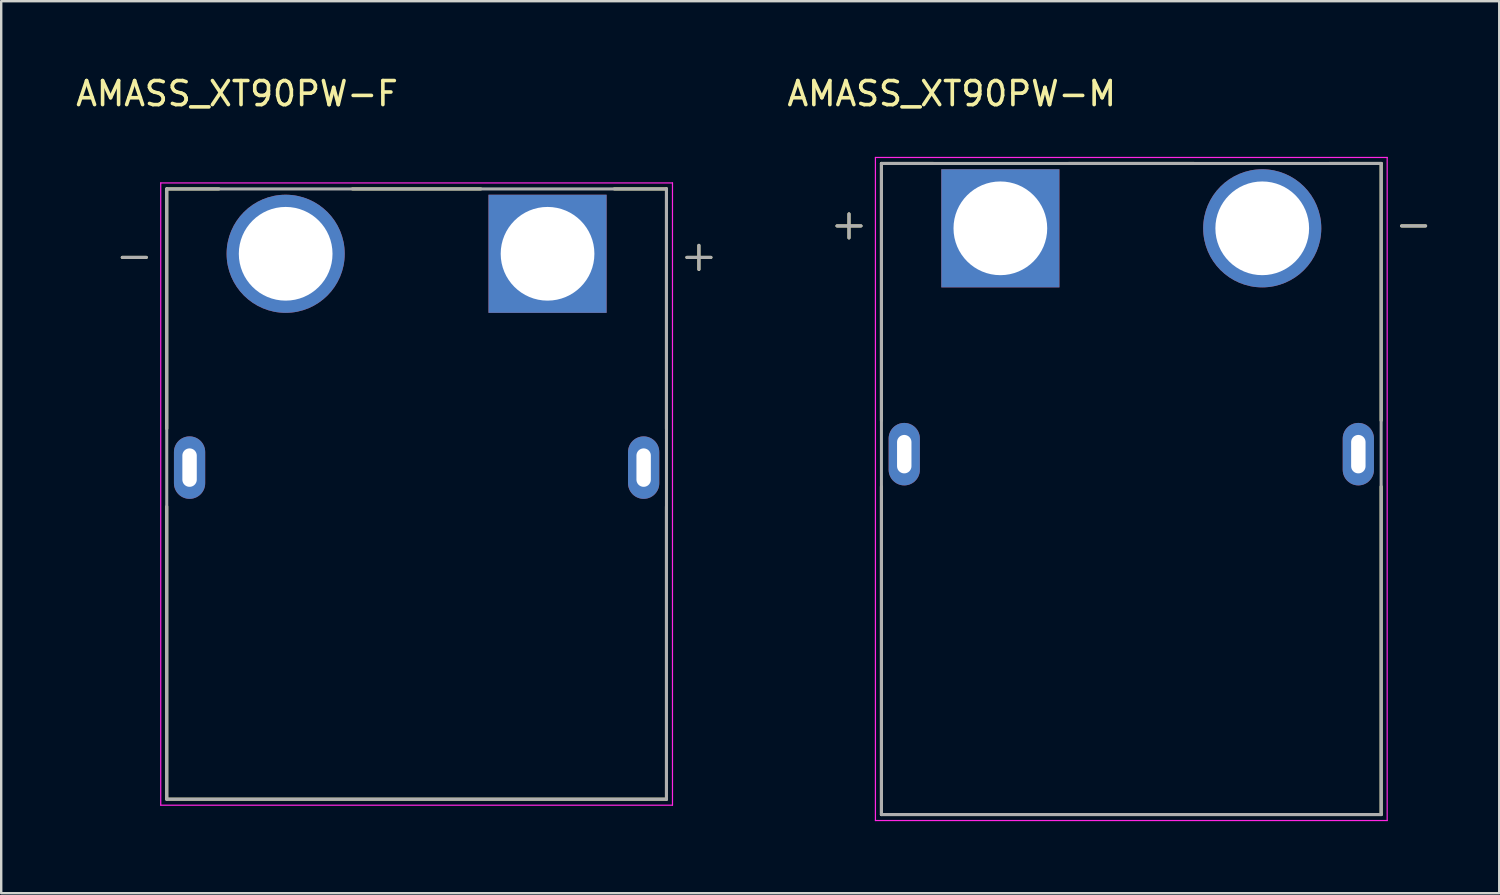
<source format=kicad_pcb>
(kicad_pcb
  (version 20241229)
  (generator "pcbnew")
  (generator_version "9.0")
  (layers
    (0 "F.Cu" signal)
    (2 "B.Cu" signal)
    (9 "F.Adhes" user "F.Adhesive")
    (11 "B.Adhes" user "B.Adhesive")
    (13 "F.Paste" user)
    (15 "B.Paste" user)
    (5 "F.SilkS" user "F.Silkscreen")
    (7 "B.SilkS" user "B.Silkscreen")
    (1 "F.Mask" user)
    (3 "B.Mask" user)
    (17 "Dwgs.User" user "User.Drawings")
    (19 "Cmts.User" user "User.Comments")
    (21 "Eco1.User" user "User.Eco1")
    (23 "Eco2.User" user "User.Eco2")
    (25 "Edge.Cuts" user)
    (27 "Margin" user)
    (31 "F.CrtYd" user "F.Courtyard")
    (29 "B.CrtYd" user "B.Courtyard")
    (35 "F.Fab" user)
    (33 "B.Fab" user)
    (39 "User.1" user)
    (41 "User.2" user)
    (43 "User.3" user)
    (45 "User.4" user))
  (footprint "AMASS_XT90PW-F"
    (layer "F.Cu")
    (at 14.29 16.413)
    (property "Reference" "AMASS_XT90PW-F" (at -7.475 -15.565 0) (layer "F.SilkS") (effects (font (size 1 1) (thickness 0.15))))
    (attr through_hole)
    (fp_line (start -11.25 -8.75) (end -12.25 -8.75) (stroke (width 0.127) (type solid)) (layer "F.SilkS"))
    (fp_line (start -10.4 -11.6) (end -10.4 -1.62) (stroke (width 0.127) (type solid)) (layer "F.SilkS"))
    (fp_line (start -10.4 -11.6) (end -8.228 -11.6) (stroke (width 0.127) (type solid)) (layer "F.SilkS"))
    (fp_line (start -10.4 13.8) (end -10.4 1.62) (stroke (width 0.127) (type solid)) (layer "F.SilkS"))
    (fp_line (start 2.672 -11.6) (end -2.672 -11.6) (stroke (width 0.127) (type solid)) (layer "F.SilkS"))
    (fp_line (start 8.228 -11.6) (end 10.4 -11.6) (stroke (width 0.127) (type solid)) (layer "F.SilkS"))
    (fp_line (start 10.4 -11.6) (end 10.4 -1.62) (stroke (width 0.127) (type solid)) (layer "F.SilkS"))
    (fp_line (start 10.4 1.62) (end 10.4 13.8) (stroke (width 0.127) (type solid)) (layer "F.SilkS"))
    (fp_line (start 10.4 13.8) (end -10.4 13.8) (stroke (width 0.127) (type solid)) (layer "F.SilkS"))
    (fp_line (start 11.25 -8.75) (end 12.25 -8.75) (stroke (width 0.127) (type solid)) (layer "F.SilkS"))
    (fp_line (start 11.75 -8.25) (end 11.75 -9.25) (stroke (width 0.127) (type solid)) (layer "F.SilkS"))
    (fp_line (start -10.65 -11.85) (end -10.65 14.05) (stroke (width 0.05) (type solid)) (layer "F.CrtYd"))
    (fp_line (start -10.65 14.05) (end 10.65 14.05) (stroke (width 0.05) (type solid)) (layer "F.CrtYd"))
    (fp_line (start 10.65 -11.85) (end -10.65 -11.85) (stroke (width 0.05) (type solid)) (layer "F.CrtYd"))
    (fp_line (start 10.65 14.05) (end 10.65 -11.85) (stroke (width 0.05) (type solid)) (layer "F.CrtYd"))
    (fp_line (start -11.25 -8.75) (end -12.25 -8.75) (stroke (width 0.127) (type solid)) (layer "F.Fab"))
    (fp_line (start -10.4 -11.6) (end 10.4 -11.6) (stroke (width 0.127) (type solid)) (layer "F.Fab"))
    (fp_line (start -10.4 13.8) (end -10.4 -11.6) (stroke (width 0.127) (type solid)) (layer "F.Fab"))
    (fp_line (start 10.4 -11.6) (end 10.4 13.8) (stroke (width 0.127) (type solid)) (layer "F.Fab"))
    (fp_line (start 10.4 13.8) (end -10.4 13.8) (stroke (width 0.127) (type solid)) (layer "F.Fab"))
    (fp_line (start 11.75 -8.25) (end 11.75 -9.25) (stroke (width 0.127) (type solid)) (layer "F.Fab"))
    (fp_line (start 12.25 -8.75) (end 11.25 -8.75) (stroke (width 0.127) (type solid)) (layer "F.Fab"))
    (pad "N" thru_hole circle (at -5.45 -8.9) (size 4.916 4.916) (drill 3.9) (layers "*.Cu" "*.Mask"))
    (pad "NC" thru_hole oval (at -9.45 0) (size 1.3 2.6) (drill oval 0.6 1.6) (layers "*.Cu" "*.Mask"))
    (pad "NC" thru_hole oval (at 9.45 0) (size 1.3 2.6) (drill oval 0.6 1.6) (layers "*.Cu" "*.Mask"))
    (pad "P" thru_hole rect (at 5.45 -8.9) (size 4.916 4.916) (drill 3.9) (layers "*.Cu" "*.Mask")))
  (footprint "AMASS_XT90PW-M"
    (layer "F.Cu")
    (at 44.037 15.853)
    (property "Reference" "AMASS_XT90PW-M" (at -7.475 -15.005 0) (layer "F.SilkS") (effects (font (size 1 1) (thickness 0.15))))
    (attr through_hole)
    (fp_line (start -11.75 -9) (end -11.75 -10) (stroke (width 0.127) (type solid)) (layer "F.SilkS"))
    (fp_line (start -11.25 -9.5) (end -12.25 -9.5) (stroke (width 0.127) (type solid)) (layer "F.SilkS"))
    (fp_line (start -10.4 -12.1) (end -10.4 -1.4) (stroke (width 0.127) (type solid)) (layer "F.SilkS"))
    (fp_line (start -10.4 1.35) (end -10.4 15) (stroke (width 0.127) (type solid)) (layer "F.SilkS"))
    (fp_line (start -10.4 15) (end 10.4 15) (stroke (width 0.127) (type solid)) (layer "F.SilkS"))
    (fp_line (start -8.25 -12.1) (end -10.4 -12.1) (stroke (width 0.127) (type solid)) (layer "F.SilkS"))
    (fp_line (start -2.6 -12.1) (end 2.6 -12.1) (stroke (width 0.127) (type solid)) (layer "F.SilkS"))
    (fp_line (start 10.4 -12.1) (end 8.25 -12.1) (stroke (width 0.127) (type solid)) (layer "F.SilkS"))
    (fp_line (start 10.4 -1.4) (end 10.4 -12.1) (stroke (width 0.127) (type solid)) (layer "F.SilkS"))
    (fp_line (start 10.4 15) (end 10.4 1.35) (stroke (width 0.127) (type solid)) (layer "F.SilkS"))
    (fp_line (start 11.25 -9.5) (end 12.25 -9.5) (stroke (width 0.127) (type solid)) (layer "F.SilkS"))
    (fp_line (start -10.65 -12.35) (end 10.65 -12.35) (stroke (width 0.05) (type solid)) (layer "F.CrtYd"))
    (fp_line (start -10.65 15.25) (end -10.65 -12.35) (stroke (width 0.05) (type solid)) (layer "F.CrtYd"))
    (fp_line (start 10.65 -12.35) (end 10.65 15.25) (stroke (width 0.05) (type solid)) (layer "F.CrtYd"))
    (fp_line (start 10.65 15.25) (end -10.65 15.25) (stroke (width 0.05) (type solid)) (layer "F.CrtYd"))
    (fp_line (start -11.75 -9) (end -11.75 -10) (stroke (width 0.127) (type solid)) (layer "F.Fab"))
    (fp_line (start -11.25 -9.5) (end -12.25 -9.5) (stroke (width 0.127) (type solid)) (layer "F.Fab"))
    (fp_line (start -10.4 -12.1) (end 10.4 -12.1) (stroke (width 0.127) (type solid)) (layer "F.Fab"))
    (fp_line (start -10.4 15) (end -10.4 -12.1) (stroke (width 0.127) (type solid)) (layer "F.Fab"))
    (fp_line (start 10.4 -12.1) (end 10.4 15) (stroke (width 0.127) (type solid)) (layer "F.Fab"))
    (fp_line (start 10.4 15) (end -10.4 15) (stroke (width 0.127) (type solid)) (layer "F.Fab"))
    (fp_line (start 12.25 -9.5) (end 11.25 -9.5) (stroke (width 0.127) (type solid)) (layer "F.Fab"))
    (pad "N" thru_hole circle (at 5.45 -9.4) (size 4.916 4.916) (drill 3.9) (layers "*.Cu" "*.Mask"))
    (pad "NC" thru_hole oval (at -9.45 0) (size 1.3 2.6) (drill oval 0.6 1.6) (layers "*.Cu" "*.Mask"))
    (pad "NC" thru_hole oval (at 9.45 0) (size 1.3 2.6) (drill oval 0.6 1.6) (layers "*.Cu" "*.Mask"))
    (pad "P" thru_hole rect (at -5.45 -9.4) (size 4.916 4.916) (drill 3.9) (layers "*.Cu" "*.Mask")))
  (gr_rect
    (start -3 -3)
    (end 59.351 34.128)
    (stroke (width 0.1) (type default))
    (fill no)
    (layer "Edge.Cuts")))
</source>
